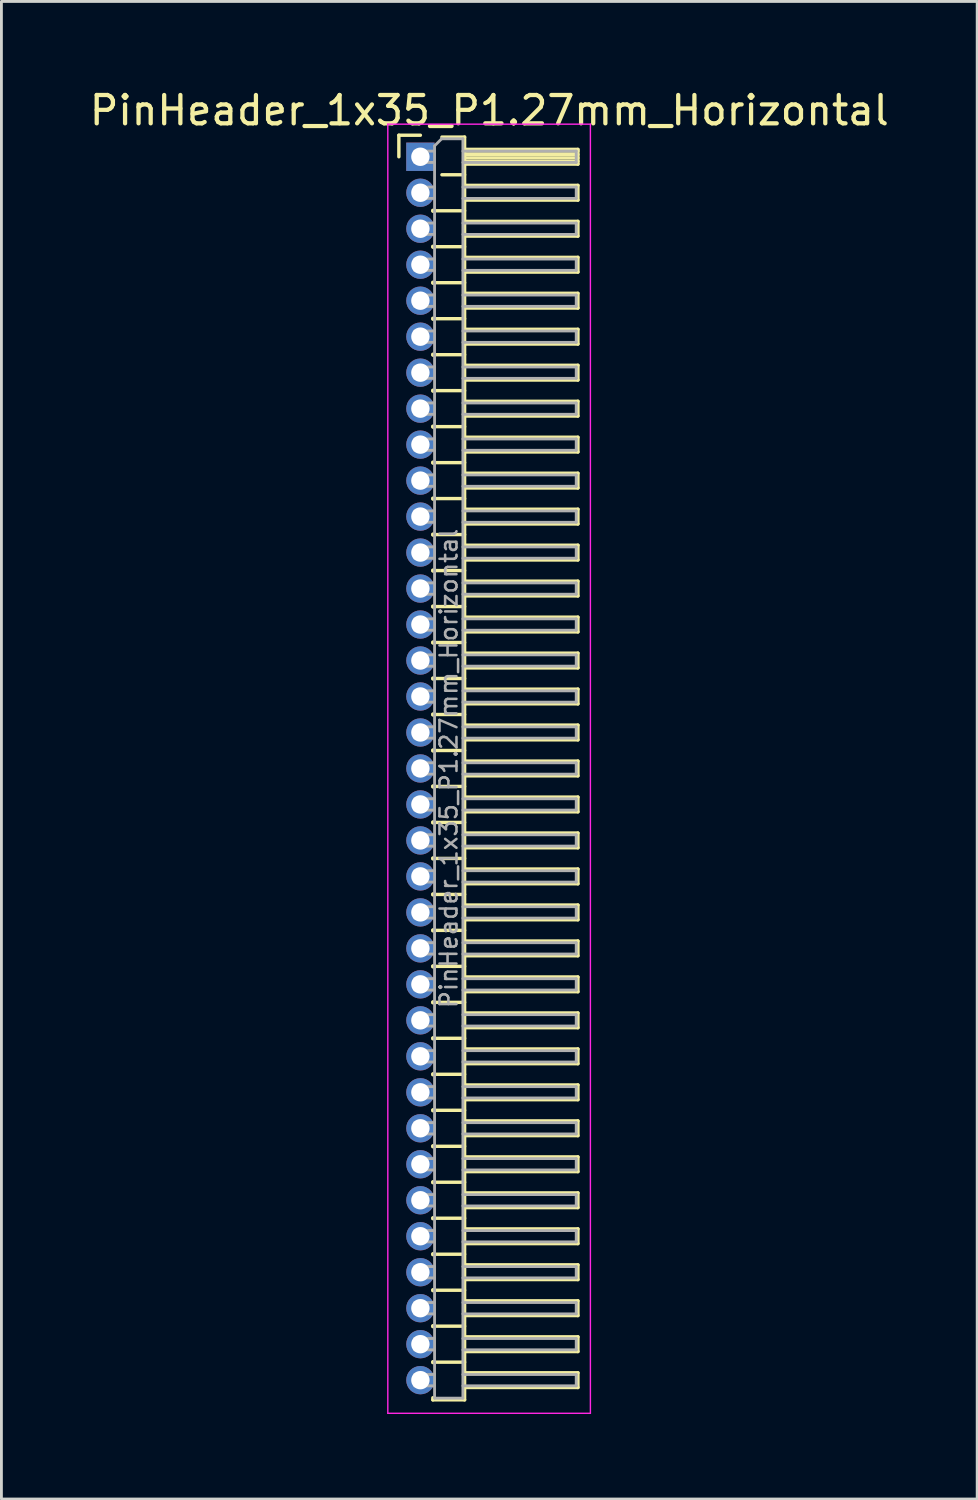
<source format=kicad_pcb>
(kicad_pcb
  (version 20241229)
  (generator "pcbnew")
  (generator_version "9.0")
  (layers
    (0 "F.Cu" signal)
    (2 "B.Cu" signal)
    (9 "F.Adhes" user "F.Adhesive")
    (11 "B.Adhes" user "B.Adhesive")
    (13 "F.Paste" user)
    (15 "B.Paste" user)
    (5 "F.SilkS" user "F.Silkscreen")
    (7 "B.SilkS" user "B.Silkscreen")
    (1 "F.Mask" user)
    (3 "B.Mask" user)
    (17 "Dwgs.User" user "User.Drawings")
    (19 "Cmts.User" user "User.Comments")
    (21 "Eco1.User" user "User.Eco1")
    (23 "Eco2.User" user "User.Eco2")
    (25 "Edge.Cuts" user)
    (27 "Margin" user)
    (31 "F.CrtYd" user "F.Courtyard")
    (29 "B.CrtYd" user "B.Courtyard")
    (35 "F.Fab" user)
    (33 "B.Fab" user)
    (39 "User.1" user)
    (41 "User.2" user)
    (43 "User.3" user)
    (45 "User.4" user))
  (footprint "PinHeader_1x35_P1.27mm_Horizontal"
    (layer "F.Cu")
    (at 11.788 2.483)
    (property "Reference" "PinHeader_1x35_P1.27mm_Horizontal" (at 2.433 -1.635 0) (layer "F.SilkS") (effects (font (size 1 1) (thickness 0.15))))
    (attr through_hole)
    (fp_line (start -0.76 -0.76) (end 0 -0.76) (stroke (width 0.12) (type solid)) (layer "F.SilkS"))
    (fp_line (start -0.76 0) (end -0.76 -0.76) (stroke (width 0.12) (type solid)) (layer "F.SilkS"))
    (fp_line (start 0.44 1.89) (end 0.44 1.92) (stroke (width 0.12) (type solid)) (layer "F.SilkS"))
    (fp_line (start 0.44 1.905) (end 1.56 1.905) (stroke (width 0.12) (type solid)) (layer "F.SilkS"))
    (fp_line (start 0.44 3.16) (end 0.44 3.19) (stroke (width 0.12) (type solid)) (layer "F.SilkS"))
    (fp_line (start 0.44 3.175) (end 1.56 3.175) (stroke (width 0.12) (type solid)) (layer "F.SilkS"))
    (fp_line (start 0.44 4.43) (end 0.44 4.46) (stroke (width 0.12) (type solid)) (layer "F.SilkS"))
    (fp_line (start 0.44 4.445) (end 1.56 4.445) (stroke (width 0.12) (type solid)) (layer "F.SilkS"))
    (fp_line (start 0.44 5.7) (end 0.44 5.73) (stroke (width 0.12) (type solid)) (layer "F.SilkS"))
    (fp_line (start 0.44 5.715) (end 1.56 5.715) (stroke (width 0.12) (type solid)) (layer "F.SilkS"))
    (fp_line (start 0.44 6.97) (end 0.44 7) (stroke (width 0.12) (type solid)) (layer "F.SilkS"))
    (fp_line (start 0.44 6.985) (end 1.56 6.985) (stroke (width 0.12) (type solid)) (layer "F.SilkS"))
    (fp_line (start 0.44 8.24) (end 0.44 8.27) (stroke (width 0.12) (type solid)) (layer "F.SilkS"))
    (fp_line (start 0.44 8.255) (end 1.56 8.255) (stroke (width 0.12) (type solid)) (layer "F.SilkS"))
    (fp_line (start 0.44 9.51) (end 0.44 9.54) (stroke (width 0.12) (type solid)) (layer "F.SilkS"))
    (fp_line (start 0.44 9.525) (end 1.56 9.525) (stroke (width 0.12) (type solid)) (layer "F.SilkS"))
    (fp_line (start 0.44 10.78) (end 0.44 10.81) (stroke (width 0.12) (type solid)) (layer "F.SilkS"))
    (fp_line (start 0.44 10.795) (end 1.56 10.795) (stroke (width 0.12) (type solid)) (layer "F.SilkS"))
    (fp_line (start 0.44 12.05) (end 0.44 12.08) (stroke (width 0.12) (type solid)) (layer "F.SilkS"))
    (fp_line (start 0.44 12.065) (end 1.56 12.065) (stroke (width 0.12) (type solid)) (layer "F.SilkS"))
    (fp_line (start 0.44 13.32) (end 0.44 13.35) (stroke (width 0.12) (type solid)) (layer "F.SilkS"))
    (fp_line (start 0.44 13.335) (end 1.56 13.335) (stroke (width 0.12) (type solid)) (layer "F.SilkS"))
    (fp_line (start 0.44 14.59) (end 0.44 14.62) (stroke (width 0.12) (type solid)) (layer "F.SilkS"))
    (fp_line (start 0.44 14.605) (end 1.56 14.605) (stroke (width 0.12) (type solid)) (layer "F.SilkS"))
    (fp_line (start 0.44 15.86) (end 0.44 15.89) (stroke (width 0.12) (type solid)) (layer "F.SilkS"))
    (fp_line (start 0.44 15.875) (end 1.56 15.875) (stroke (width 0.12) (type solid)) (layer "F.SilkS"))
    (fp_line (start 0.44 17.13) (end 0.44 17.16) (stroke (width 0.12) (type solid)) (layer "F.SilkS"))
    (fp_line (start 0.44 17.145) (end 1.56 17.145) (stroke (width 0.12) (type solid)) (layer "F.SilkS"))
    (fp_line (start 0.44 18.4) (end 0.44 18.43) (stroke (width 0.12) (type solid)) (layer "F.SilkS"))
    (fp_line (start 0.44 18.415) (end 1.56 18.415) (stroke (width 0.12) (type solid)) (layer "F.SilkS"))
    (fp_line (start 0.44 19.67) (end 0.44 19.7) (stroke (width 0.12) (type solid)) (layer "F.SilkS"))
    (fp_line (start 0.44 19.685) (end 1.56 19.685) (stroke (width 0.12) (type solid)) (layer "F.SilkS"))
    (fp_line (start 0.44 20.94) (end 0.44 20.97) (stroke (width 0.12) (type solid)) (layer "F.SilkS"))
    (fp_line (start 0.44 20.955) (end 1.56 20.955) (stroke (width 0.12) (type solid)) (layer "F.SilkS"))
    (fp_line (start 0.44 22.21) (end 0.44 22.24) (stroke (width 0.12) (type solid)) (layer "F.SilkS"))
    (fp_line (start 0.44 22.225) (end 1.56 22.225) (stroke (width 0.12) (type solid)) (layer "F.SilkS"))
    (fp_line (start 0.44 23.48) (end 0.44 23.51) (stroke (width 0.12) (type solid)) (layer "F.SilkS"))
    (fp_line (start 0.44 23.495) (end 1.56 23.495) (stroke (width 0.12) (type solid)) (layer "F.SilkS"))
    (fp_line (start 0.44 24.75) (end 0.44 24.78) (stroke (width 0.12) (type solid)) (layer "F.SilkS"))
    (fp_line (start 0.44 24.765) (end 1.56 24.765) (stroke (width 0.12) (type solid)) (layer "F.SilkS"))
    (fp_line (start 0.44 26.02) (end 0.44 26.05) (stroke (width 0.12) (type solid)) (layer "F.SilkS"))
    (fp_line (start 0.44 26.035) (end 1.56 26.035) (stroke (width 0.12) (type solid)) (layer "F.SilkS"))
    (fp_line (start 0.44 27.29) (end 0.44 27.32) (stroke (width 0.12) (type solid)) (layer "F.SilkS"))
    (fp_line (start 0.44 27.305) (end 1.56 27.305) (stroke (width 0.12) (type solid)) (layer "F.SilkS"))
    (fp_line (start 0.44 28.56) (end 0.44 28.59) (stroke (width 0.12) (type solid)) (layer "F.SilkS"))
    (fp_line (start 0.44 28.575) (end 1.56 28.575) (stroke (width 0.12) (type solid)) (layer "F.SilkS"))
    (fp_line (start 0.44 29.83) (end 0.44 29.86) (stroke (width 0.12) (type solid)) (layer "F.SilkS"))
    (fp_line (start 0.44 29.845) (end 1.56 29.845) (stroke (width 0.12) (type solid)) (layer "F.SilkS"))
    (fp_line (start 0.44 31.1) (end 0.44 31.13) (stroke (width 0.12) (type solid)) (layer "F.SilkS"))
    (fp_line (start 0.44 31.115) (end 1.56 31.115) (stroke (width 0.12) (type solid)) (layer "F.SilkS"))
    (fp_line (start 0.44 32.37) (end 0.44 32.4) (stroke (width 0.12) (type solid)) (layer "F.SilkS"))
    (fp_line (start 0.44 32.385) (end 1.56 32.385) (stroke (width 0.12) (type solid)) (layer "F.SilkS"))
    (fp_line (start 0.44 33.64) (end 0.44 33.67) (stroke (width 0.12) (type solid)) (layer "F.SilkS"))
    (fp_line (start 0.44 33.655) (end 1.56 33.655) (stroke (width 0.12) (type solid)) (layer "F.SilkS"))
    (fp_line (start 0.44 34.91) (end 0.44 34.94) (stroke (width 0.12) (type solid)) (layer "F.SilkS"))
    (fp_line (start 0.44 34.925) (end 1.56 34.925) (stroke (width 0.12) (type solid)) (layer "F.SilkS"))
    (fp_line (start 0.44 36.18) (end 0.44 36.21) (stroke (width 0.12) (type solid)) (layer "F.SilkS"))
    (fp_line (start 0.44 36.195) (end 1.56 36.195) (stroke (width 0.12) (type solid)) (layer "F.SilkS"))
    (fp_line (start 0.44 37.45) (end 0.44 37.48) (stroke (width 0.12) (type solid)) (layer "F.SilkS"))
    (fp_line (start 0.44 37.465) (end 1.56 37.465) (stroke (width 0.12) (type solid)) (layer "F.SilkS"))
    (fp_line (start 0.44 38.72) (end 0.44 38.75) (stroke (width 0.12) (type solid)) (layer "F.SilkS"))
    (fp_line (start 0.44 38.735) (end 1.56 38.735) (stroke (width 0.12) (type solid)) (layer "F.SilkS"))
    (fp_line (start 0.44 39.99) (end 0.44 40.02) (stroke (width 0.12) (type solid)) (layer "F.SilkS"))
    (fp_line (start 0.44 40.005) (end 1.56 40.005) (stroke (width 0.12) (type solid)) (layer "F.SilkS"))
    (fp_line (start 0.44 41.26) (end 0.44 41.29) (stroke (width 0.12) (type solid)) (layer "F.SilkS"))
    (fp_line (start 0.44 41.275) (end 1.56 41.275) (stroke (width 0.12) (type solid)) (layer "F.SilkS"))
    (fp_line (start 0.44 42.53) (end 0.44 42.56) (stroke (width 0.12) (type solid)) (layer "F.SilkS"))
    (fp_line (start 0.44 42.545) (end 1.56 42.545) (stroke (width 0.12) (type solid)) (layer "F.SilkS"))
    (fp_line (start 0.44 43.875) (end 0.44 43.8) (stroke (width 0.12) (type solid)) (layer "F.SilkS"))
    (fp_line (start 0.76 -0.695) (end 1.56 -0.695) (stroke (width 0.12) (type solid)) (layer "F.SilkS"))
    (fp_line (start 0.76 0.635) (end 1.56 0.635) (stroke (width 0.12) (type solid)) (layer "F.SilkS"))
    (fp_line (start 1.56 -0.695) (end 1.56 43.875) (stroke (width 0.12) (type solid)) (layer "F.SilkS"))
    (fp_line (start 1.56 -0.26) (end 5.56 -0.26) (stroke (width 0.12) (type solid)) (layer "F.SilkS"))
    (fp_line (start 1.56 -0.2) (end 5.56 -0.2) (stroke (width 0.12) (type solid)) (layer "F.SilkS"))
    (fp_line (start 1.56 -0.08) (end 5.56 -0.08) (stroke (width 0.12) (type solid)) (layer "F.SilkS"))
    (fp_line (start 1.56 0.04) (end 5.56 0.04) (stroke (width 0.12) (type solid)) (layer "F.SilkS"))
    (fp_line (start 1.56 0.16) (end 5.56 0.16) (stroke (width 0.12) (type solid)) (layer "F.SilkS"))
    (fp_line (start 1.56 1.01) (end 5.56 1.01) (stroke (width 0.12) (type solid)) (layer "F.SilkS"))
    (fp_line (start 1.56 2.28) (end 5.56 2.28) (stroke (width 0.12) (type solid)) (layer "F.SilkS"))
    (fp_line (start 1.56 3.55) (end 5.56 3.55) (stroke (width 0.12) (type solid)) (layer "F.SilkS"))
    (fp_line (start 1.56 4.82) (end 5.56 4.82) (stroke (width 0.12) (type solid)) (layer "F.SilkS"))
    (fp_line (start 1.56 6.09) (end 5.56 6.09) (stroke (width 0.12) (type solid)) (layer "F.SilkS"))
    (fp_line (start 1.56 7.36) (end 5.56 7.36) (stroke (width 0.12) (type solid)) (layer "F.SilkS"))
    (fp_line (start 1.56 8.63) (end 5.56 8.63) (stroke (width 0.12) (type solid)) (layer "F.SilkS"))
    (fp_line (start 1.56 9.9) (end 5.56 9.9) (stroke (width 0.12) (type solid)) (layer "F.SilkS"))
    (fp_line (start 1.56 11.17) (end 5.56 11.17) (stroke (width 0.12) (type solid)) (layer "F.SilkS"))
    (fp_line (start 1.56 12.44) (end 5.56 12.44) (stroke (width 0.12) (type solid)) (layer "F.SilkS"))
    (fp_line (start 1.56 13.71) (end 5.56 13.71) (stroke (width 0.12) (type solid)) (layer "F.SilkS"))
    (fp_line (start 1.56 14.98) (end 5.56 14.98) (stroke (width 0.12) (type solid)) (layer "F.SilkS"))
    (fp_line (start 1.56 16.25) (end 5.56 16.25) (stroke (width 0.12) (type solid)) (layer "F.SilkS"))
    (fp_line (start 1.56 17.52) (end 5.56 17.52) (stroke (width 0.12) (type solid)) (layer "F.SilkS"))
    (fp_line (start 1.56 18.79) (end 5.56 18.79) (stroke (width 0.12) (type solid)) (layer "F.SilkS"))
    (fp_line (start 1.56 20.06) (end 5.56 20.06) (stroke (width 0.12) (type solid)) (layer "F.SilkS"))
    (fp_line (start 1.56 21.33) (end 5.56 21.33) (stroke (width 0.12) (type solid)) (layer "F.SilkS"))
    (fp_line (start 1.56 22.6) (end 5.56 22.6) (stroke (width 0.12) (type solid)) (layer "F.SilkS"))
    (fp_line (start 1.56 23.87) (end 5.56 23.87) (stroke (width 0.12) (type solid)) (layer "F.SilkS"))
    (fp_line (start 1.56 25.14) (end 5.56 25.14) (stroke (width 0.12) (type solid)) (layer "F.SilkS"))
    (fp_line (start 1.56 26.41) (end 5.56 26.41) (stroke (width 0.12) (type solid)) (layer "F.SilkS"))
    (fp_line (start 1.56 27.68) (end 5.56 27.68) (stroke (width 0.12) (type solid)) (layer "F.SilkS"))
    (fp_line (start 1.56 28.95) (end 5.56 28.95) (stroke (width 0.12) (type solid)) (layer "F.SilkS"))
    (fp_line (start 1.56 30.22) (end 5.56 30.22) (stroke (width 0.12) (type solid)) (layer "F.SilkS"))
    (fp_line (start 1.56 31.49) (end 5.56 31.49) (stroke (width 0.12) (type solid)) (layer "F.SilkS"))
    (fp_line (start 1.56 32.76) (end 5.56 32.76) (stroke (width 0.12) (type solid)) (layer "F.SilkS"))
    (fp_line (start 1.56 34.03) (end 5.56 34.03) (stroke (width 0.12) (type solid)) (layer "F.SilkS"))
    (fp_line (start 1.56 35.3) (end 5.56 35.3) (stroke (width 0.12) (type solid)) (layer "F.SilkS"))
    (fp_line (start 1.56 36.57) (end 5.56 36.57) (stroke (width 0.12) (type solid)) (layer "F.SilkS"))
    (fp_line (start 1.56 37.84) (end 5.56 37.84) (stroke (width 0.12) (type solid)) (layer "F.SilkS"))
    (fp_line (start 1.56 39.11) (end 5.56 39.11) (stroke (width 0.12) (type solid)) (layer "F.SilkS"))
    (fp_line (start 1.56 40.38) (end 5.56 40.38) (stroke (width 0.12) (type solid)) (layer "F.SilkS"))
    (fp_line (start 1.56 41.65) (end 5.56 41.65) (stroke (width 0.12) (type solid)) (layer "F.SilkS"))
    (fp_line (start 1.56 42.92) (end 5.56 42.92) (stroke (width 0.12) (type solid)) (layer "F.SilkS"))
    (fp_line (start 1.56 43.875) (end 0.44 43.875) (stroke (width 0.12) (type solid)) (layer "F.SilkS"))
    (fp_line (start 5.56 -0.26) (end 5.56 0.26) (stroke (width 0.12) (type solid)) (layer "F.SilkS"))
    (fp_line (start 5.56 0.26) (end 1.56 0.26) (stroke (width 0.12) (type solid)) (layer "F.SilkS"))
    (fp_line (start 5.56 1.01) (end 5.56 1.53) (stroke (width 0.12) (type solid)) (layer "F.SilkS"))
    (fp_line (start 5.56 1.53) (end 1.56 1.53) (stroke (width 0.12) (type solid)) (layer "F.SilkS"))
    (fp_line (start 5.56 2.28) (end 5.56 2.8) (stroke (width 0.12) (type solid)) (layer "F.SilkS"))
    (fp_line (start 5.56 2.8) (end 1.56 2.8) (stroke (width 0.12) (type solid)) (layer "F.SilkS"))
    (fp_line (start 5.56 3.55) (end 5.56 4.07) (stroke (width 0.12) (type solid)) (layer "F.SilkS"))
    (fp_line (start 5.56 4.07) (end 1.56 4.07) (stroke (width 0.12) (type solid)) (layer "F.SilkS"))
    (fp_line (start 5.56 4.82) (end 5.56 5.34) (stroke (width 0.12) (type solid)) (layer "F.SilkS"))
    (fp_line (start 5.56 5.34) (end 1.56 5.34) (stroke (width 0.12) (type solid)) (layer "F.SilkS"))
    (fp_line (start 5.56 6.09) (end 5.56 6.61) (stroke (width 0.12) (type solid)) (layer "F.SilkS"))
    (fp_line (start 5.56 6.61) (end 1.56 6.61) (stroke (width 0.12) (type solid)) (layer "F.SilkS"))
    (fp_line (start 5.56 7.36) (end 5.56 7.88) (stroke (width 0.12) (type solid)) (layer "F.SilkS"))
    (fp_line (start 5.56 7.88) (end 1.56 7.88) (stroke (width 0.12) (type solid)) (layer "F.SilkS"))
    (fp_line (start 5.56 8.63) (end 5.56 9.15) (stroke (width 0.12) (type solid)) (layer "F.SilkS"))
    (fp_line (start 5.56 9.15) (end 1.56 9.15) (stroke (width 0.12) (type solid)) (layer "F.SilkS"))
    (fp_line (start 5.56 9.9) (end 5.56 10.42) (stroke (width 0.12) (type solid)) (layer "F.SilkS"))
    (fp_line (start 5.56 10.42) (end 1.56 10.42) (stroke (width 0.12) (type solid)) (layer "F.SilkS"))
    (fp_line (start 5.56 11.17) (end 5.56 11.69) (stroke (width 0.12) (type solid)) (layer "F.SilkS"))
    (fp_line (start 5.56 11.69) (end 1.56 11.69) (stroke (width 0.12) (type solid)) (layer "F.SilkS"))
    (fp_line (start 5.56 12.44) (end 5.56 12.96) (stroke (width 0.12) (type solid)) (layer "F.SilkS"))
    (fp_line (start 5.56 12.96) (end 1.56 12.96) (stroke (width 0.12) (type solid)) (layer "F.SilkS"))
    (fp_line (start 5.56 13.71) (end 5.56 14.23) (stroke (width 0.12) (type solid)) (layer "F.SilkS"))
    (fp_line (start 5.56 14.23) (end 1.56 14.23) (stroke (width 0.12) (type solid)) (layer "F.SilkS"))
    (fp_line (start 5.56 14.98) (end 5.56 15.5) (stroke (width 0.12) (type solid)) (layer "F.SilkS"))
    (fp_line (start 5.56 15.5) (end 1.56 15.5) (stroke (width 0.12) (type solid)) (layer "F.SilkS"))
    (fp_line (start 5.56 16.25) (end 5.56 16.77) (stroke (width 0.12) (type solid)) (layer "F.SilkS"))
    (fp_line (start 5.56 16.77) (end 1.56 16.77) (stroke (width 0.12) (type solid)) (layer "F.SilkS"))
    (fp_line (start 5.56 17.52) (end 5.56 18.04) (stroke (width 0.12) (type solid)) (layer "F.SilkS"))
    (fp_line (start 5.56 18.04) (end 1.56 18.04) (stroke (width 0.12) (type solid)) (layer "F.SilkS"))
    (fp_line (start 5.56 18.79) (end 5.56 19.31) (stroke (width 0.12) (type solid)) (layer "F.SilkS"))
    (fp_line (start 5.56 19.31) (end 1.56 19.31) (stroke (width 0.12) (type solid)) (layer "F.SilkS"))
    (fp_line (start 5.56 20.06) (end 5.56 20.58) (stroke (width 0.12) (type solid)) (layer "F.SilkS"))
    (fp_line (start 5.56 20.58) (end 1.56 20.58) (stroke (width 0.12) (type solid)) (layer "F.SilkS"))
    (fp_line (start 5.56 21.33) (end 5.56 21.85) (stroke (width 0.12) (type solid)) (layer "F.SilkS"))
    (fp_line (start 5.56 21.85) (end 1.56 21.85) (stroke (width 0.12) (type solid)) (layer "F.SilkS"))
    (fp_line (start 5.56 22.6) (end 5.56 23.12) (stroke (width 0.12) (type solid)) (layer "F.SilkS"))
    (fp_line (start 5.56 23.12) (end 1.56 23.12) (stroke (width 0.12) (type solid)) (layer "F.SilkS"))
    (fp_line (start 5.56 23.87) (end 5.56 24.39) (stroke (width 0.12) (type solid)) (layer "F.SilkS"))
    (fp_line (start 5.56 24.39) (end 1.56 24.39) (stroke (width 0.12) (type solid)) (layer "F.SilkS"))
    (fp_line (start 5.56 25.14) (end 5.56 25.66) (stroke (width 0.12) (type solid)) (layer "F.SilkS"))
    (fp_line (start 5.56 25.66) (end 1.56 25.66) (stroke (width 0.12) (type solid)) (layer "F.SilkS"))
    (fp_line (start 5.56 26.41) (end 5.56 26.93) (stroke (width 0.12) (type solid)) (layer "F.SilkS"))
    (fp_line (start 5.56 26.93) (end 1.56 26.93) (stroke (width 0.12) (type solid)) (layer "F.SilkS"))
    (fp_line (start 5.56 27.68) (end 5.56 28.2) (stroke (width 0.12) (type solid)) (layer "F.SilkS"))
    (fp_line (start 5.56 28.2) (end 1.56 28.2) (stroke (width 0.12) (type solid)) (layer "F.SilkS"))
    (fp_line (start 5.56 28.95) (end 5.56 29.47) (stroke (width 0.12) (type solid)) (layer "F.SilkS"))
    (fp_line (start 5.56 29.47) (end 1.56 29.47) (stroke (width 0.12) (type solid)) (layer "F.SilkS"))
    (fp_line (start 5.56 30.22) (end 5.56 30.74) (stroke (width 0.12) (type solid)) (layer "F.SilkS"))
    (fp_line (start 5.56 30.74) (end 1.56 30.74) (stroke (width 0.12) (type solid)) (layer "F.SilkS"))
    (fp_line (start 5.56 31.49) (end 5.56 32.01) (stroke (width 0.12) (type solid)) (layer "F.SilkS"))
    (fp_line (start 5.56 32.01) (end 1.56 32.01) (stroke (width 0.12) (type solid)) (layer "F.SilkS"))
    (fp_line (start 5.56 32.76) (end 5.56 33.28) (stroke (width 0.12) (type solid)) (layer "F.SilkS"))
    (fp_line (start 5.56 33.28) (end 1.56 33.28) (stroke (width 0.12) (type solid)) (layer "F.SilkS"))
    (fp_line (start 5.56 34.03) (end 5.56 34.55) (stroke (width 0.12) (type solid)) (layer "F.SilkS"))
    (fp_line (start 5.56 34.55) (end 1.56 34.55) (stroke (width 0.12) (type solid)) (layer "F.SilkS"))
    (fp_line (start 5.56 35.3) (end 5.56 35.82) (stroke (width 0.12) (type solid)) (layer "F.SilkS"))
    (fp_line (start 5.56 35.82) (end 1.56 35.82) (stroke (width 0.12) (type solid)) (layer "F.SilkS"))
    (fp_line (start 5.56 36.57) (end 5.56 37.09) (stroke (width 0.12) (type solid)) (layer "F.SilkS"))
    (fp_line (start 5.56 37.09) (end 1.56 37.09) (stroke (width 0.12) (type solid)) (layer "F.SilkS"))
    (fp_line (start 5.56 37.84) (end 5.56 38.36) (stroke (width 0.12) (type solid)) (layer "F.SilkS"))
    (fp_line (start 5.56 38.36) (end 1.56 38.36) (stroke (width 0.12) (type solid)) (layer "F.SilkS"))
    (fp_line (start 5.56 39.11) (end 5.56 39.63) (stroke (width 0.12) (type solid)) (layer "F.SilkS"))
    (fp_line (start 5.56 39.63) (end 1.56 39.63) (stroke (width 0.12) (type solid)) (layer "F.SilkS"))
    (fp_line (start 5.56 40.38) (end 5.56 40.9) (stroke (width 0.12) (type solid)) (layer "F.SilkS"))
    (fp_line (start 5.56 40.9) (end 1.56 40.9) (stroke (width 0.12) (type solid)) (layer "F.SilkS"))
    (fp_line (start 5.56 41.65) (end 5.56 42.17) (stroke (width 0.12) (type solid)) (layer "F.SilkS"))
    (fp_line (start 5.56 42.17) (end 1.56 42.17) (stroke (width 0.12) (type solid)) (layer "F.SilkS"))
    (fp_line (start 5.56 42.92) (end 5.56 43.44) (stroke (width 0.12) (type solid)) (layer "F.SilkS"))
    (fp_line (start 5.56 43.44) (end 1.56 43.44) (stroke (width 0.12) (type solid)) (layer "F.SilkS"))
    (fp_line (start -1.15 -1.15) (end -1.15 44.35) (stroke (width 0.05) (type solid)) (layer "F.CrtYd"))
    (fp_line (start -1.15 44.35) (end 6 44.35) (stroke (width 0.05) (type solid)) (layer "F.CrtYd"))
    (fp_line (start 6 -1.15) (end -1.15 -1.15) (stroke (width 0.05) (type solid)) (layer "F.CrtYd"))
    (fp_line (start 6 44.35) (end 6 -1.15) (stroke (width 0.05) (type solid)) (layer "F.CrtYd"))
    (fp_line (start -0.2 -0.2) (end -0.2 0.2) (stroke (width 0.1) (type solid)) (layer "F.Fab"))
    (fp_line (start -0.2 -0.2) (end 0.5 -0.2) (stroke (width 0.1) (type solid)) (layer "F.Fab"))
    (fp_line (start -0.2 0.2) (end 0.5 0.2) (stroke (width 0.1) (type solid)) (layer "F.Fab"))
    (fp_line (start -0.2 1.07) (end -0.2 1.47) (stroke (width 0.1) (type solid)) (layer "F.Fab"))
    (fp_line (start -0.2 1.07) (end 0.5 1.07) (stroke (width 0.1) (type solid)) (layer "F.Fab"))
    (fp_line (start -0.2 1.47) (end 0.5 1.47) (stroke (width 0.1) (type solid)) (layer "F.Fab"))
    (fp_line (start -0.2 2.34) (end -0.2 2.74) (stroke (width 0.1) (type solid)) (layer "F.Fab"))
    (fp_line (start -0.2 2.34) (end 0.5 2.34) (stroke (width 0.1) (type solid)) (layer "F.Fab"))
    (fp_line (start -0.2 2.74) (end 0.5 2.74) (stroke (width 0.1) (type solid)) (layer "F.Fab"))
    (fp_line (start -0.2 3.61) (end -0.2 4.01) (stroke (width 0.1) (type solid)) (layer "F.Fab"))
    (fp_line (start -0.2 3.61) (end 0.5 3.61) (stroke (width 0.1) (type solid)) (layer "F.Fab"))
    (fp_line (start -0.2 4.01) (end 0.5 4.01) (stroke (width 0.1) (type solid)) (layer "F.Fab"))
    (fp_line (start -0.2 4.88) (end -0.2 5.28) (stroke (width 0.1) (type solid)) (layer "F.Fab"))
    (fp_line (start -0.2 4.88) (end 0.5 4.88) (stroke (width 0.1) (type solid)) (layer "F.Fab"))
    (fp_line (start -0.2 5.28) (end 0.5 5.28) (stroke (width 0.1) (type solid)) (layer "F.Fab"))
    (fp_line (start -0.2 6.15) (end -0.2 6.55) (stroke (width 0.1) (type solid)) (layer "F.Fab"))
    (fp_line (start -0.2 6.15) (end 0.5 6.15) (stroke (width 0.1) (type solid)) (layer "F.Fab"))
    (fp_line (start -0.2 6.55) (end 0.5 6.55) (stroke (width 0.1) (type solid)) (layer "F.Fab"))
    (fp_line (start -0.2 7.42) (end -0.2 7.82) (stroke (width 0.1) (type solid)) (layer "F.Fab"))
    (fp_line (start -0.2 7.42) (end 0.5 7.42) (stroke (width 0.1) (type solid)) (layer "F.Fab"))
    (fp_line (start -0.2 7.82) (end 0.5 7.82) (stroke (width 0.1) (type solid)) (layer "F.Fab"))
    (fp_line (start -0.2 8.69) (end -0.2 9.09) (stroke (width 0.1) (type solid)) (layer "F.Fab"))
    (fp_line (start -0.2 8.69) (end 0.5 8.69) (stroke (width 0.1) (type solid)) (layer "F.Fab"))
    (fp_line (start -0.2 9.09) (end 0.5 9.09) (stroke (width 0.1) (type solid)) (layer "F.Fab"))
    (fp_line (start -0.2 9.96) (end -0.2 10.36) (stroke (width 0.1) (type solid)) (layer "F.Fab"))
    (fp_line (start -0.2 9.96) (end 0.5 9.96) (stroke (width 0.1) (type solid)) (layer "F.Fab"))
    (fp_line (start -0.2 10.36) (end 0.5 10.36) (stroke (width 0.1) (type solid)) (layer "F.Fab"))
    (fp_line (start -0.2 11.23) (end -0.2 11.63) (stroke (width 0.1) (type solid)) (layer "F.Fab"))
    (fp_line (start -0.2 11.23) (end 0.5 11.23) (stroke (width 0.1) (type solid)) (layer "F.Fab"))
    (fp_line (start -0.2 11.63) (end 0.5 11.63) (stroke (width 0.1) (type solid)) (layer "F.Fab"))
    (fp_line (start -0.2 12.5) (end -0.2 12.9) (stroke (width 0.1) (type solid)) (layer "F.Fab"))
    (fp_line (start -0.2 12.5) (end 0.5 12.5) (stroke (width 0.1) (type solid)) (layer "F.Fab"))
    (fp_line (start -0.2 12.9) (end 0.5 12.9) (stroke (width 0.1) (type solid)) (layer "F.Fab"))
    (fp_line (start -0.2 13.77) (end -0.2 14.17) (stroke (width 0.1) (type solid)) (layer "F.Fab"))
    (fp_line (start -0.2 13.77) (end 0.5 13.77) (stroke (width 0.1) (type solid)) (layer "F.Fab"))
    (fp_line (start -0.2 14.17) (end 0.5 14.17) (stroke (width 0.1) (type solid)) (layer "F.Fab"))
    (fp_line (start -0.2 15.04) (end -0.2 15.44) (stroke (width 0.1) (type solid)) (layer "F.Fab"))
    (fp_line (start -0.2 15.04) (end 0.5 15.04) (stroke (width 0.1) (type solid)) (layer "F.Fab"))
    (fp_line (start -0.2 15.44) (end 0.5 15.44) (stroke (width 0.1) (type solid)) (layer "F.Fab"))
    (fp_line (start -0.2 16.31) (end -0.2 16.71) (stroke (width 0.1) (type solid)) (layer "F.Fab"))
    (fp_line (start -0.2 16.31) (end 0.5 16.31) (stroke (width 0.1) (type solid)) (layer "F.Fab"))
    (fp_line (start -0.2 16.71) (end 0.5 16.71) (stroke (width 0.1) (type solid)) (layer "F.Fab"))
    (fp_line (start -0.2 17.58) (end -0.2 17.98) (stroke (width 0.1) (type solid)) (layer "F.Fab"))
    (fp_line (start -0.2 17.58) (end 0.5 17.58) (stroke (width 0.1) (type solid)) (layer "F.Fab"))
    (fp_line (start -0.2 17.98) (end 0.5 17.98) (stroke (width 0.1) (type solid)) (layer "F.Fab"))
    (fp_line (start -0.2 18.85) (end -0.2 19.25) (stroke (width 0.1) (type solid)) (layer "F.Fab"))
    (fp_line (start -0.2 18.85) (end 0.5 18.85) (stroke (width 0.1) (type solid)) (layer "F.Fab"))
    (fp_line (start -0.2 19.25) (end 0.5 19.25) (stroke (width 0.1) (type solid)) (layer "F.Fab"))
    (fp_line (start -0.2 20.12) (end -0.2 20.52) (stroke (width 0.1) (type solid)) (layer "F.Fab"))
    (fp_line (start -0.2 20.12) (end 0.5 20.12) (stroke (width 0.1) (type solid)) (layer "F.Fab"))
    (fp_line (start -0.2 20.52) (end 0.5 20.52) (stroke (width 0.1) (type solid)) (layer "F.Fab"))
    (fp_line (start -0.2 21.39) (end -0.2 21.79) (stroke (width 0.1) (type solid)) (layer "F.Fab"))
    (fp_line (start -0.2 21.39) (end 0.5 21.39) (stroke (width 0.1) (type solid)) (layer "F.Fab"))
    (fp_line (start -0.2 21.79) (end 0.5 21.79) (stroke (width 0.1) (type solid)) (layer "F.Fab"))
    (fp_line (start -0.2 22.66) (end -0.2 23.06) (stroke (width 0.1) (type solid)) (layer "F.Fab"))
    (fp_line (start -0.2 22.66) (end 0.5 22.66) (stroke (width 0.1) (type solid)) (layer "F.Fab"))
    (fp_line (start -0.2 23.06) (end 0.5 23.06) (stroke (width 0.1) (type solid)) (layer "F.Fab"))
    (fp_line (start -0.2 23.93) (end -0.2 24.33) (stroke (width 0.1) (type solid)) (layer "F.Fab"))
    (fp_line (start -0.2 23.93) (end 0.5 23.93) (stroke (width 0.1) (type solid)) (layer "F.Fab"))
    (fp_line (start -0.2 24.33) (end 0.5 24.33) (stroke (width 0.1) (type solid)) (layer "F.Fab"))
    (fp_line (start -0.2 25.2) (end -0.2 25.6) (stroke (width 0.1) (type solid)) (layer "F.Fab"))
    (fp_line (start -0.2 25.2) (end 0.5 25.2) (stroke (width 0.1) (type solid)) (layer "F.Fab"))
    (fp_line (start -0.2 25.6) (end 0.5 25.6) (stroke (width 0.1) (type solid)) (layer "F.Fab"))
    (fp_line (start -0.2 26.47) (end -0.2 26.87) (stroke (width 0.1) (type solid)) (layer "F.Fab"))
    (fp_line (start -0.2 26.47) (end 0.5 26.47) (stroke (width 0.1) (type solid)) (layer "F.Fab"))
    (fp_line (start -0.2 26.87) (end 0.5 26.87) (stroke (width 0.1) (type solid)) (layer "F.Fab"))
    (fp_line (start -0.2 27.74) (end -0.2 28.14) (stroke (width 0.1) (type solid)) (layer "F.Fab"))
    (fp_line (start -0.2 27.74) (end 0.5 27.74) (stroke (width 0.1) (type solid)) (layer "F.Fab"))
    (fp_line (start -0.2 28.14) (end 0.5 28.14) (stroke (width 0.1) (type solid)) (layer "F.Fab"))
    (fp_line (start -0.2 29.01) (end -0.2 29.41) (stroke (width 0.1) (type solid)) (layer "F.Fab"))
    (fp_line (start -0.2 29.01) (end 0.5 29.01) (stroke (width 0.1) (type solid)) (layer "F.Fab"))
    (fp_line (start -0.2 29.41) (end 0.5 29.41) (stroke (width 0.1) (type solid)) (layer "F.Fab"))
    (fp_line (start -0.2 30.28) (end -0.2 30.68) (stroke (width 0.1) (type solid)) (layer "F.Fab"))
    (fp_line (start -0.2 30.28) (end 0.5 30.28) (stroke (width 0.1) (type solid)) (layer "F.Fab"))
    (fp_line (start -0.2 30.68) (end 0.5 30.68) (stroke (width 0.1) (type solid)) (layer "F.Fab"))
    (fp_line (start -0.2 31.55) (end -0.2 31.95) (stroke (width 0.1) (type solid)) (layer "F.Fab"))
    (fp_line (start -0.2 31.55) (end 0.5 31.55) (stroke (width 0.1) (type solid)) (layer "F.Fab"))
    (fp_line (start -0.2 31.95) (end 0.5 31.95) (stroke (width 0.1) (type solid)) (layer "F.Fab"))
    (fp_line (start -0.2 32.82) (end -0.2 33.22) (stroke (width 0.1) (type solid)) (layer "F.Fab"))
    (fp_line (start -0.2 32.82) (end 0.5 32.82) (stroke (width 0.1) (type solid)) (layer "F.Fab"))
    (fp_line (start -0.2 33.22) (end 0.5 33.22) (stroke (width 0.1) (type solid)) (layer "F.Fab"))
    (fp_line (start -0.2 34.09) (end -0.2 34.49) (stroke (width 0.1) (type solid)) (layer "F.Fab"))
    (fp_line (start -0.2 34.09) (end 0.5 34.09) (stroke (width 0.1) (type solid)) (layer "F.Fab"))
    (fp_line (start -0.2 34.49) (end 0.5 34.49) (stroke (width 0.1) (type solid)) (layer "F.Fab"))
    (fp_line (start -0.2 35.36) (end -0.2 35.76) (stroke (width 0.1) (type solid)) (layer "F.Fab"))
    (fp_line (start -0.2 35.36) (end 0.5 35.36) (stroke (width 0.1) (type solid)) (layer "F.Fab"))
    (fp_line (start -0.2 35.76) (end 0.5 35.76) (stroke (width 0.1) (type solid)) (layer "F.Fab"))
    (fp_line (start -0.2 36.63) (end -0.2 37.03) (stroke (width 0.1) (type solid)) (layer "F.Fab"))
    (fp_line (start -0.2 36.63) (end 0.5 36.63) (stroke (width 0.1) (type solid)) (layer "F.Fab"))
    (fp_line (start -0.2 37.03) (end 0.5 37.03) (stroke (width 0.1) (type solid)) (layer "F.Fab"))
    (fp_line (start -0.2 37.9) (end -0.2 38.3) (stroke (width 0.1) (type solid)) (layer "F.Fab"))
    (fp_line (start -0.2 37.9) (end 0.5 37.9) (stroke (width 0.1) (type solid)) (layer "F.Fab"))
    (fp_line (start -0.2 38.3) (end 0.5 38.3) (stroke (width 0.1) (type solid)) (layer "F.Fab"))
    (fp_line (start -0.2 39.17) (end -0.2 39.57) (stroke (width 0.1) (type solid)) (layer "F.Fab"))
    (fp_line (start -0.2 39.17) (end 0.5 39.17) (stroke (width 0.1) (type solid)) (layer "F.Fab"))
    (fp_line (start -0.2 39.57) (end 0.5 39.57) (stroke (width 0.1) (type solid)) (layer "F.Fab"))
    (fp_line (start -0.2 40.44) (end -0.2 40.84) (stroke (width 0.1) (type solid)) (layer "F.Fab"))
    (fp_line (start -0.2 40.44) (end 0.5 40.44) (stroke (width 0.1) (type solid)) (layer "F.Fab"))
    (fp_line (start -0.2 40.84) (end 0.5 40.84) (stroke (width 0.1) (type solid)) (layer "F.Fab"))
    (fp_line (start -0.2 41.71) (end -0.2 42.11) (stroke (width 0.1) (type solid)) (layer "F.Fab"))
    (fp_line (start -0.2 41.71) (end 0.5 41.71) (stroke (width 0.1) (type solid)) (layer "F.Fab"))
    (fp_line (start -0.2 42.11) (end 0.5 42.11) (stroke (width 0.1) (type solid)) (layer "F.Fab"))
    (fp_line (start -0.2 42.98) (end -0.2 43.38) (stroke (width 0.1) (type solid)) (layer "F.Fab"))
    (fp_line (start -0.2 42.98) (end 0.5 42.98) (stroke (width 0.1) (type solid)) (layer "F.Fab"))
    (fp_line (start -0.2 43.38) (end 0.5 43.38) (stroke (width 0.1) (type solid)) (layer "F.Fab"))
    (fp_line (start 0.5 -0.385) (end 0.75 -0.635) (stroke (width 0.1) (type solid)) (layer "F.Fab"))
    (fp_line (start 0.5 43.815) (end 0.5 -0.385) (stroke (width 0.1) (type solid)) (layer "F.Fab"))
    (fp_line (start 0.75 -0.635) (end 1.5 -0.635) (stroke (width 0.1) (type solid)) (layer "F.Fab"))
    (fp_line (start 1.5 -0.635) (end 1.5 43.815) (stroke (width 0.1) (type solid)) (layer "F.Fab"))
    (fp_line (start 1.5 -0.2) (end 5.5 -0.2) (stroke (width 0.1) (type solid)) (layer "F.Fab"))
    (fp_line (start 1.5 0.2) (end 5.5 0.2) (stroke (width 0.1) (type solid)) (layer "F.Fab"))
    (fp_line (start 1.5 1.07) (end 5.5 1.07) (stroke (width 0.1) (type solid)) (layer "F.Fab"))
    (fp_line (start 1.5 1.47) (end 5.5 1.47) (stroke (width 0.1) (type solid)) (layer "F.Fab"))
    (fp_line (start 1.5 2.34) (end 5.5 2.34) (stroke (width 0.1) (type solid)) (layer "F.Fab"))
    (fp_line (start 1.5 2.74) (end 5.5 2.74) (stroke (width 0.1) (type solid)) (layer "F.Fab"))
    (fp_line (start 1.5 3.61) (end 5.5 3.61) (stroke (width 0.1) (type solid)) (layer "F.Fab"))
    (fp_line (start 1.5 4.01) (end 5.5 4.01) (stroke (width 0.1) (type solid)) (layer "F.Fab"))
    (fp_line (start 1.5 4.88) (end 5.5 4.88) (stroke (width 0.1) (type solid)) (layer "F.Fab"))
    (fp_line (start 1.5 5.28) (end 5.5 5.28) (stroke (width 0.1) (type solid)) (layer "F.Fab"))
    (fp_line (start 1.5 6.15) (end 5.5 6.15) (stroke (width 0.1) (type solid)) (layer "F.Fab"))
    (fp_line (start 1.5 6.55) (end 5.5 6.55) (stroke (width 0.1) (type solid)) (layer "F.Fab"))
    (fp_line (start 1.5 7.42) (end 5.5 7.42) (stroke (width 0.1) (type solid)) (layer "F.Fab"))
    (fp_line (start 1.5 7.82) (end 5.5 7.82) (stroke (width 0.1) (type solid)) (layer "F.Fab"))
    (fp_line (start 1.5 8.69) (end 5.5 8.69) (stroke (width 0.1) (type solid)) (layer "F.Fab"))
    (fp_line (start 1.5 9.09) (end 5.5 9.09) (stroke (width 0.1) (type solid)) (layer "F.Fab"))
    (fp_line (start 1.5 9.96) (end 5.5 9.96) (stroke (width 0.1) (type solid)) (layer "F.Fab"))
    (fp_line (start 1.5 10.36) (end 5.5 10.36) (stroke (width 0.1) (type solid)) (layer "F.Fab"))
    (fp_line (start 1.5 11.23) (end 5.5 11.23) (stroke (width 0.1) (type solid)) (layer "F.Fab"))
    (fp_line (start 1.5 11.63) (end 5.5 11.63) (stroke (width 0.1) (type solid)) (layer "F.Fab"))
    (fp_line (start 1.5 12.5) (end 5.5 12.5) (stroke (width 0.1) (type solid)) (layer "F.Fab"))
    (fp_line (start 1.5 12.9) (end 5.5 12.9) (stroke (width 0.1) (type solid)) (layer "F.Fab"))
    (fp_line (start 1.5 13.77) (end 5.5 13.77) (stroke (width 0.1) (type solid)) (layer "F.Fab"))
    (fp_line (start 1.5 14.17) (end 5.5 14.17) (stroke (width 0.1) (type solid)) (layer "F.Fab"))
    (fp_line (start 1.5 15.04) (end 5.5 15.04) (stroke (width 0.1) (type solid)) (layer "F.Fab"))
    (fp_line (start 1.5 15.44) (end 5.5 15.44) (stroke (width 0.1) (type solid)) (layer "F.Fab"))
    (fp_line (start 1.5 16.31) (end 5.5 16.31) (stroke (width 0.1) (type solid)) (layer "F.Fab"))
    (fp_line (start 1.5 16.71) (end 5.5 16.71) (stroke (width 0.1) (type solid)) (layer "F.Fab"))
    (fp_line (start 1.5 17.58) (end 5.5 17.58) (stroke (width 0.1) (type solid)) (layer "F.Fab"))
    (fp_line (start 1.5 17.98) (end 5.5 17.98) (stroke (width 0.1) (type solid)) (layer "F.Fab"))
    (fp_line (start 1.5 18.85) (end 5.5 18.85) (stroke (width 0.1) (type solid)) (layer "F.Fab"))
    (fp_line (start 1.5 19.25) (end 5.5 19.25) (stroke (width 0.1) (type solid)) (layer "F.Fab"))
    (fp_line (start 1.5 20.12) (end 5.5 20.12) (stroke (width 0.1) (type solid)) (layer "F.Fab"))
    (fp_line (start 1.5 20.52) (end 5.5 20.52) (stroke (width 0.1) (type solid)) (layer "F.Fab"))
    (fp_line (start 1.5 21.39) (end 5.5 21.39) (stroke (width 0.1) (type solid)) (layer "F.Fab"))
    (fp_line (start 1.5 21.79) (end 5.5 21.79) (stroke (width 0.1) (type solid)) (layer "F.Fab"))
    (fp_line (start 1.5 22.66) (end 5.5 22.66) (stroke (width 0.1) (type solid)) (layer "F.Fab"))
    (fp_line (start 1.5 23.06) (end 5.5 23.06) (stroke (width 0.1) (type solid)) (layer "F.Fab"))
    (fp_line (start 1.5 23.93) (end 5.5 23.93) (stroke (width 0.1) (type solid)) (layer "F.Fab"))
    (fp_line (start 1.5 24.33) (end 5.5 24.33) (stroke (width 0.1) (type solid)) (layer "F.Fab"))
    (fp_line (start 1.5 25.2) (end 5.5 25.2) (stroke (width 0.1) (type solid)) (layer "F.Fab"))
    (fp_line (start 1.5 25.6) (end 5.5 25.6) (stroke (width 0.1) (type solid)) (layer "F.Fab"))
    (fp_line (start 1.5 26.47) (end 5.5 26.47) (stroke (width 0.1) (type solid)) (layer "F.Fab"))
    (fp_line (start 1.5 26.87) (end 5.5 26.87) (stroke (width 0.1) (type solid)) (layer "F.Fab"))
    (fp_line (start 1.5 27.74) (end 5.5 27.74) (stroke (width 0.1) (type solid)) (layer "F.Fab"))
    (fp_line (start 1.5 28.14) (end 5.5 28.14) (stroke (width 0.1) (type solid)) (layer "F.Fab"))
    (fp_line (start 1.5 29.01) (end 5.5 29.01) (stroke (width 0.1) (type solid)) (layer "F.Fab"))
    (fp_line (start 1.5 29.41) (end 5.5 29.41) (stroke (width 0.1) (type solid)) (layer "F.Fab"))
    (fp_line (start 1.5 30.28) (end 5.5 30.28) (stroke (width 0.1) (type solid)) (layer "F.Fab"))
    (fp_line (start 1.5 30.68) (end 5.5 30.68) (stroke (width 0.1) (type solid)) (layer "F.Fab"))
    (fp_line (start 1.5 31.55) (end 5.5 31.55) (stroke (width 0.1) (type solid)) (layer "F.Fab"))
    (fp_line (start 1.5 31.95) (end 5.5 31.95) (stroke (width 0.1) (type solid)) (layer "F.Fab"))
    (fp_line (start 1.5 32.82) (end 5.5 32.82) (stroke (width 0.1) (type solid)) (layer "F.Fab"))
    (fp_line (start 1.5 33.22) (end 5.5 33.22) (stroke (width 0.1) (type solid)) (layer "F.Fab"))
    (fp_line (start 1.5 34.09) (end 5.5 34.09) (stroke (width 0.1) (type solid)) (layer "F.Fab"))
    (fp_line (start 1.5 34.49) (end 5.5 34.49) (stroke (width 0.1) (type solid)) (layer "F.Fab"))
    (fp_line (start 1.5 35.36) (end 5.5 35.36) (stroke (width 0.1) (type solid)) (layer "F.Fab"))
    (fp_line (start 1.5 35.76) (end 5.5 35.76) (stroke (width 0.1) (type solid)) (layer "F.Fab"))
    (fp_line (start 1.5 36.63) (end 5.5 36.63) (stroke (width 0.1) (type solid)) (layer "F.Fab"))
    (fp_line (start 1.5 37.03) (end 5.5 37.03) (stroke (width 0.1) (type solid)) (layer "F.Fab"))
    (fp_line (start 1.5 37.9) (end 5.5 37.9) (stroke (width 0.1) (type solid)) (layer "F.Fab"))
    (fp_line (start 1.5 38.3) (end 5.5 38.3) (stroke (width 0.1) (type solid)) (layer "F.Fab"))
    (fp_line (start 1.5 39.17) (end 5.5 39.17) (stroke (width 0.1) (type solid)) (layer "F.Fab"))
    (fp_line (start 1.5 39.57) (end 5.5 39.57) (stroke (width 0.1) (type solid)) (layer "F.Fab"))
    (fp_line (start 1.5 40.44) (end 5.5 40.44) (stroke (width 0.1) (type solid)) (layer "F.Fab"))
    (fp_line (start 1.5 40.84) (end 5.5 40.84) (stroke (width 0.1) (type solid)) (layer "F.Fab"))
    (fp_line (start 1.5 41.71) (end 5.5 41.71) (stroke (width 0.1) (type solid)) (layer "F.Fab"))
    (fp_line (start 1.5 42.11) (end 5.5 42.11) (stroke (width 0.1) (type solid)) (layer "F.Fab"))
    (fp_line (start 1.5 42.98) (end 5.5 42.98) (stroke (width 0.1) (type solid)) (layer "F.Fab"))
    (fp_line (start 1.5 43.38) (end 5.5 43.38) (stroke (width 0.1) (type solid)) (layer "F.Fab"))
    (fp_line (start 1.5 43.815) (end 0.5 43.815) (stroke (width 0.1) (type solid)) (layer "F.Fab"))
    (fp_line (start 5.5 -0.2) (end 5.5 0.2) (stroke (width 0.1) (type solid)) (layer "F.Fab"))
    (fp_line (start 5.5 1.07) (end 5.5 1.47) (stroke (width 0.1) (type solid)) (layer "F.Fab"))
    (fp_line (start 5.5 2.34) (end 5.5 2.74) (stroke (width 0.1) (type solid)) (layer "F.Fab"))
    (fp_line (start 5.5 3.61) (end 5.5 4.01) (stroke (width 0.1) (type solid)) (layer "F.Fab"))
    (fp_line (start 5.5 4.88) (end 5.5 5.28) (stroke (width 0.1) (type solid)) (layer "F.Fab"))
    (fp_line (start 5.5 6.15) (end 5.5 6.55) (stroke (width 0.1) (type solid)) (layer "F.Fab"))
    (fp_line (start 5.5 7.42) (end 5.5 7.82) (stroke (width 0.1) (type solid)) (layer "F.Fab"))
    (fp_line (start 5.5 8.69) (end 5.5 9.09) (stroke (width 0.1) (type solid)) (layer "F.Fab"))
    (fp_line (start 5.5 9.96) (end 5.5 10.36) (stroke (width 0.1) (type solid)) (layer "F.Fab"))
    (fp_line (start 5.5 11.23) (end 5.5 11.63) (stroke (width 0.1) (type solid)) (layer "F.Fab"))
    (fp_line (start 5.5 12.5) (end 5.5 12.9) (stroke (width 0.1) (type solid)) (layer "F.Fab"))
    (fp_line (start 5.5 13.77) (end 5.5 14.17) (stroke (width 0.1) (type solid)) (layer "F.Fab"))
    (fp_line (start 5.5 15.04) (end 5.5 15.44) (stroke (width 0.1) (type solid)) (layer "F.Fab"))
    (fp_line (start 5.5 16.31) (end 5.5 16.71) (stroke (width 0.1) (type solid)) (layer "F.Fab"))
    (fp_line (start 5.5 17.58) (end 5.5 17.98) (stroke (width 0.1) (type solid)) (layer "F.Fab"))
    (fp_line (start 5.5 18.85) (end 5.5 19.25) (stroke (width 0.1) (type solid)) (layer "F.Fab"))
    (fp_line (start 5.5 20.12) (end 5.5 20.52) (stroke (width 0.1) (type solid)) (layer "F.Fab"))
    (fp_line (start 5.5 21.39) (end 5.5 21.79) (stroke (width 0.1) (type solid)) (layer "F.Fab"))
    (fp_line (start 5.5 22.66) (end 5.5 23.06) (stroke (width 0.1) (type solid)) (layer "F.Fab"))
    (fp_line (start 5.5 23.93) (end 5.5 24.33) (stroke (width 0.1) (type solid)) (layer "F.Fab"))
    (fp_line (start 5.5 25.2) (end 5.5 25.6) (stroke (width 0.1) (type solid)) (layer "F.Fab"))
    (fp_line (start 5.5 26.47) (end 5.5 26.87) (stroke (width 0.1) (type solid)) (layer "F.Fab"))
    (fp_line (start 5.5 27.74) (end 5.5 28.14) (stroke (width 0.1) (type solid)) (layer "F.Fab"))
    (fp_line (start 5.5 29.01) (end 5.5 29.41) (stroke (width 0.1) (type solid)) (layer "F.Fab"))
    (fp_line (start 5.5 30.28) (end 5.5 30.68) (stroke (width 0.1) (type solid)) (layer "F.Fab"))
    (fp_line (start 5.5 31.55) (end 5.5 31.95) (stroke (width 0.1) (type solid)) (layer "F.Fab"))
    (fp_line (start 5.5 32.82) (end 5.5 33.22) (stroke (width 0.1) (type solid)) (layer "F.Fab"))
    (fp_line (start 5.5 34.09) (end 5.5 34.49) (stroke (width 0.1) (type solid)) (layer "F.Fab"))
    (fp_line (start 5.5 35.36) (end 5.5 35.76) (stroke (width 0.1) (type solid)) (layer "F.Fab"))
    (fp_line (start 5.5 36.63) (end 5.5 37.03) (stroke (width 0.1) (type solid)) (layer "F.Fab"))
    (fp_line (start 5.5 37.9) (end 5.5 38.3) (stroke (width 0.1) (type solid)) (layer "F.Fab"))
    (fp_line (start 5.5 39.17) (end 5.5 39.57) (stroke (width 0.1) (type solid)) (layer "F.Fab"))
    (fp_line (start 5.5 40.44) (end 5.5 40.84) (stroke (width 0.1) (type solid)) (layer "F.Fab"))
    (fp_line (start 5.5 41.71) (end 5.5 42.11) (stroke (width 0.1) (type solid)) (layer "F.Fab"))
    (fp_line (start 5.5 42.98) (end 5.5 43.38) (stroke (width 0.1) (type solid)) (layer "F.Fab"))
    (fp_text user "${REFERENCE}" (at 1 21.59 90) (layer "F.Fab") (effects (font (size 0.6 0.6) (thickness 0.09))))
    (pad "1" thru_hole rect (at 0 0) (size 1 1) (drill 0.65) (layers "*.Cu" "*.Mask"))
    (pad "2" thru_hole oval (at 0 1.27) (size 1 1) (drill 0.65) (layers "*.Cu" "*.Mask"))
    (pad "3" thru_hole oval (at 0 2.54) (size 1 1) (drill 0.65) (layers "*.Cu" "*.Mask"))
    (pad "4" thru_hole oval (at 0 3.81) (size 1 1) (drill 0.65) (layers "*.Cu" "*.Mask"))
    (pad "5" thru_hole oval (at 0 5.08) (size 1 1) (drill 0.65) (layers "*.Cu" "*.Mask"))
    (pad "6" thru_hole oval (at 0 6.35) (size 1 1) (drill 0.65) (layers "*.Cu" "*.Mask"))
    (pad "7" thru_hole oval (at 0 7.62) (size 1 1) (drill 0.65) (layers "*.Cu" "*.Mask"))
    (pad "8" thru_hole oval (at 0 8.89) (size 1 1) (drill 0.65) (layers "*.Cu" "*.Mask"))
    (pad "9" thru_hole oval (at 0 10.16) (size 1 1) (drill 0.65) (layers "*.Cu" "*.Mask"))
    (pad "10" thru_hole oval (at 0 11.43) (size 1 1) (drill 0.65) (layers "*.Cu" "*.Mask"))
    (pad "11" thru_hole oval (at 0 12.7) (size 1 1) (drill 0.65) (layers "*.Cu" "*.Mask"))
    (pad "12" thru_hole oval (at 0 13.97) (size 1 1) (drill 0.65) (layers "*.Cu" "*.Mask"))
    (pad "13" thru_hole oval (at 0 15.24) (size 1 1) (drill 0.65) (layers "*.Cu" "*.Mask"))
    (pad "14" thru_hole oval (at 0 16.51) (size 1 1) (drill 0.65) (layers "*.Cu" "*.Mask"))
    (pad "15" thru_hole oval (at 0 17.78) (size 1 1) (drill 0.65) (layers "*.Cu" "*.Mask"))
    (pad "16" thru_hole oval (at 0 19.05) (size 1 1) (drill 0.65) (layers "*.Cu" "*.Mask"))
    (pad "17" thru_hole oval (at 0 20.32) (size 1 1) (drill 0.65) (layers "*.Cu" "*.Mask"))
    (pad "18" thru_hole oval (at 0 21.59) (size 1 1) (drill 0.65) (layers "*.Cu" "*.Mask"))
    (pad "19" thru_hole oval (at 0 22.86) (size 1 1) (drill 0.65) (layers "*.Cu" "*.Mask"))
    (pad "20" thru_hole oval (at 0 24.13) (size 1 1) (drill 0.65) (layers "*.Cu" "*.Mask"))
    (pad "21" thru_hole oval (at 0 25.4) (size 1 1) (drill 0.65) (layers "*.Cu" "*.Mask"))
    (pad "22" thru_hole oval (at 0 26.67) (size 1 1) (drill 0.65) (layers "*.Cu" "*.Mask"))
    (pad "23" thru_hole oval (at 0 27.94) (size 1 1) (drill 0.65) (layers "*.Cu" "*.Mask"))
    (pad "24" thru_hole oval (at 0 29.21) (size 1 1) (drill 0.65) (layers "*.Cu" "*.Mask"))
    (pad "25" thru_hole oval (at 0 30.48) (size 1 1) (drill 0.65) (layers "*.Cu" "*.Mask"))
    (pad "26" thru_hole oval (at 0 31.75) (size 1 1) (drill 0.65) (layers "*.Cu" "*.Mask"))
    (pad "27" thru_hole oval (at 0 33.02) (size 1 1) (drill 0.65) (layers "*.Cu" "*.Mask"))
    (pad "28" thru_hole oval (at 0 34.29) (size 1 1) (drill 0.65) (layers "*.Cu" "*.Mask"))
    (pad "29" thru_hole oval (at 0 35.56) (size 1 1) (drill 0.65) (layers "*.Cu" "*.Mask"))
    (pad "30" thru_hole oval (at 0 36.83) (size 1 1) (drill 0.65) (layers "*.Cu" "*.Mask"))
    (pad "31" thru_hole oval (at 0 38.1) (size 1 1) (drill 0.65) (layers "*.Cu" "*.Mask"))
    (pad "32" thru_hole oval (at 0 39.37) (size 1 1) (drill 0.65) (layers "*.Cu" "*.Mask"))
    (pad "33" thru_hole oval (at 0 40.64) (size 1 1) (drill 0.65) (layers "*.Cu" "*.Mask"))
    (pad "34" thru_hole oval (at 0 41.91) (size 1 1) (drill 0.65) (layers "*.Cu" "*.Mask"))
    (pad "35" thru_hole oval (at 0 43.18) (size 1 1) (drill 0.65) (layers "*.Cu" "*.Mask")))
  (gr_rect
    (start -3 -3)
    (end 31.44 49.858)
    (stroke (width 0.1) (type default))
    (fill no)
    (layer "Edge.Cuts")))
</source>
